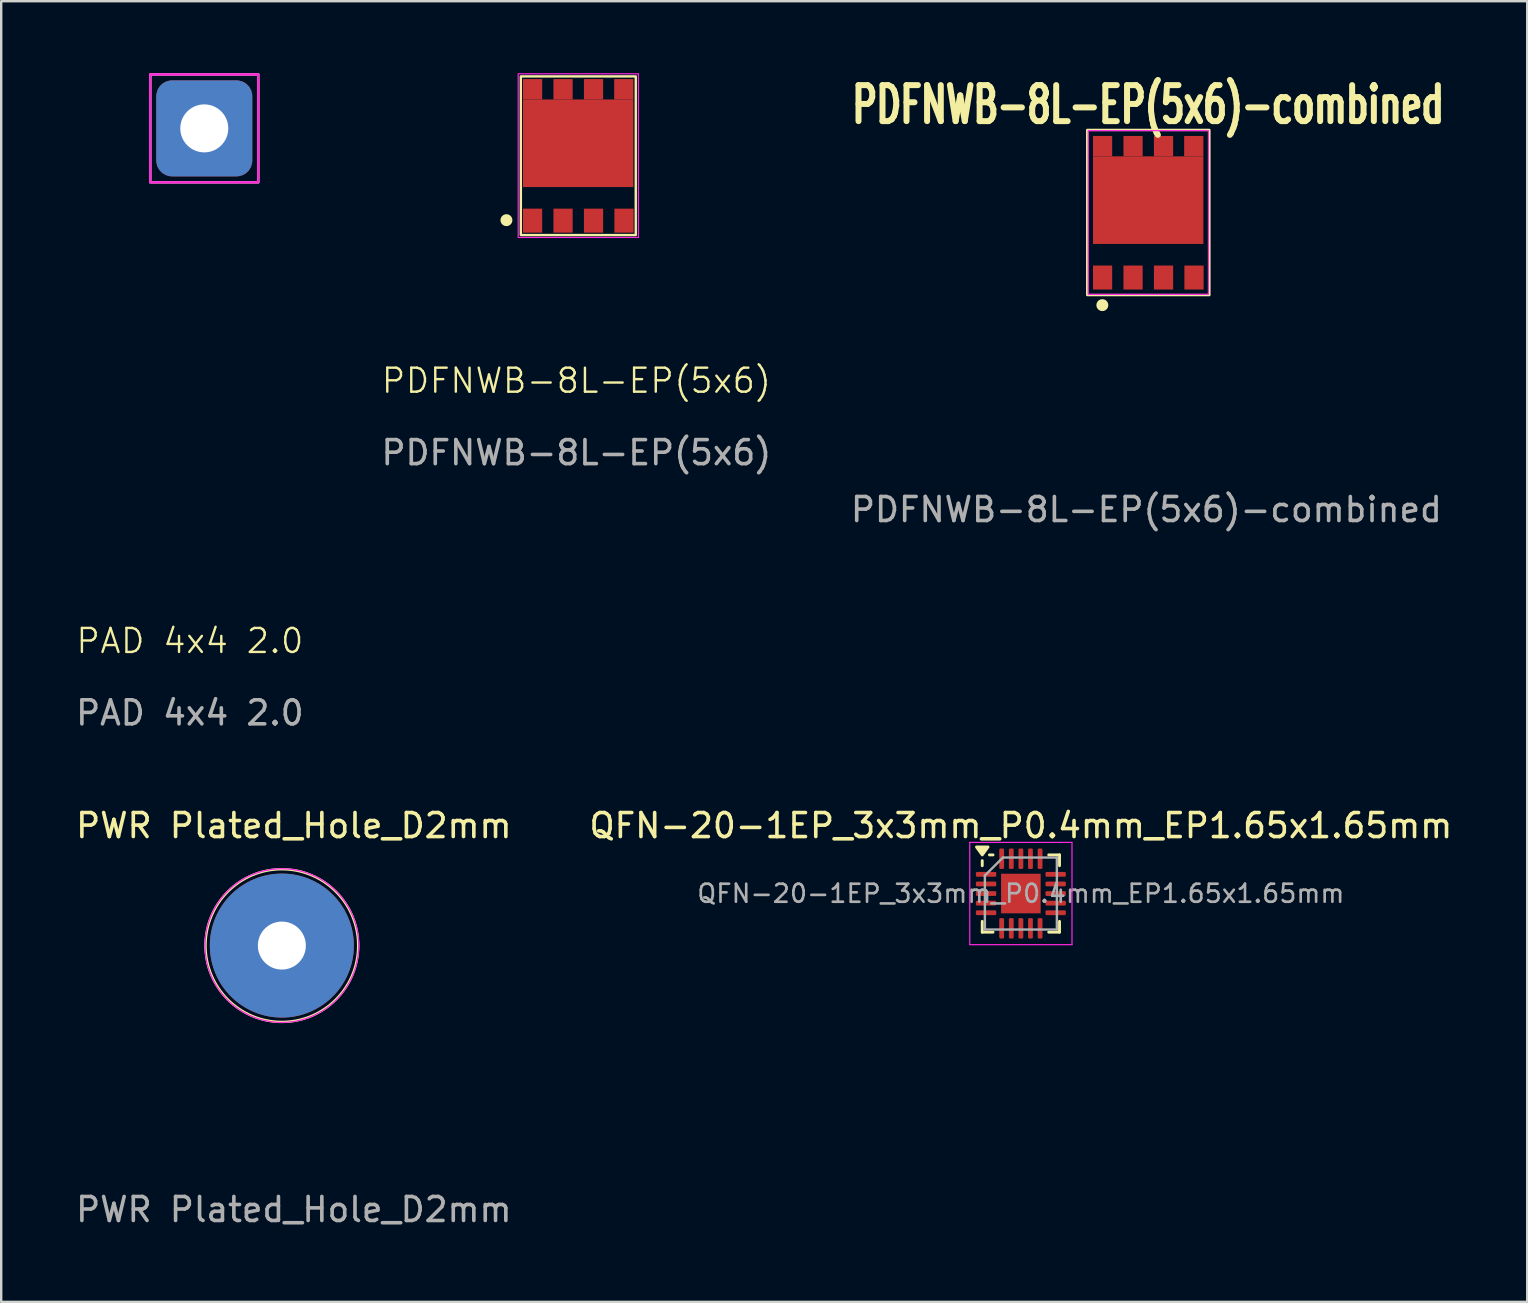
<source format=kicad_pcb>
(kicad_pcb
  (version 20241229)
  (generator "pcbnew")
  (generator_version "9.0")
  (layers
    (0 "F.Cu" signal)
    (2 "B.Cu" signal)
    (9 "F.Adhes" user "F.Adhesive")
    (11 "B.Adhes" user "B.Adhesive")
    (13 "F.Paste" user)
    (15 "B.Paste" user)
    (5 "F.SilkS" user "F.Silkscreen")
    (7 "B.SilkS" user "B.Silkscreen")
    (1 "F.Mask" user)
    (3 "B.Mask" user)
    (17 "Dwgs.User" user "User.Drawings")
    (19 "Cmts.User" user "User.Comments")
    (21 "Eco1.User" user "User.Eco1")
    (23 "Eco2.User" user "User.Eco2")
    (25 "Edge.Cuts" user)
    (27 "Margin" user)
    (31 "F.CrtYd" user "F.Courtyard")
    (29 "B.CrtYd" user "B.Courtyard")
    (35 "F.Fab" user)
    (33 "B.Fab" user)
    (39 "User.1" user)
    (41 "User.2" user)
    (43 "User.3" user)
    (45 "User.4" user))
  (footprint "PDFNWB-8L-EP(5x6)-combined"
    (layer "F.Cu")
    (at 44.799 5.816)
    (property "Reference" "PDFNWB-8L-EP(5x6)-combined" (at 0 -4.5 0) (unlocked yes) (layer "F.SilkS") (effects (font (size 1.5 1) (thickness 0.25) (bold yes))))
    (attr smd)
    (fp_rect (start -2.54 -3.45) (end 2.55 3.43) (stroke (width 0.1) (type default)) (fill no) (layer "F.SilkS"))
    (fp_circle (center -1.91 3.85) (end -1.712 3.85) (stroke (width 0.1) (type solid)) (fill yes) (layer "F.SilkS"))
    (fp_rect (start -2.5 -3.42) (end 2.51 3.4) (stroke (width 0.05) (type default)) (fill no) (layer "F.CrtYd"))
    (fp_text user "${REFERENCE}" (at -0.075 12.37 0) (unlocked yes) (layer "F.Fab") (effects (font (size 1 1) (thickness 0.15))))
    (pad "1" smd rect (at 1.91 2.7) (size 0.8 1) (layers "F.Cu" "F.Mask" "F.Paste"))
    (pad "2" smd rect (at -1.9 -2.775) (size 0.8 0.85) (layers "F.Cu" "F.Mask" "F.Paste"))
    (pad "2" smd rect (at -0.63 -2.775) (size 0.8 0.85) (layers "F.Cu" "F.Mask" "F.Paste"))
    (pad "2" smd rect (at 0 -0.525) (size 4.6 3.65) (layers "F.Cu" "F.Mask" "F.Paste"))
    (pad "2" smd rect (at 0.64 -2.775) (size 0.8 0.85) (layers "F.Cu" "F.Mask" "F.Paste"))
    (pad "2" smd rect (at 1.9 -2.775) (size 0.8 0.85) (layers "F.Cu" "F.Mask" "F.Paste"))
    (pad "3" smd rect (at -1.9 2.7) (size 0.8 1) (layers "F.Cu" "F.Mask" "F.Paste"))
    (pad "3" smd rect (at -0.63 2.7) (size 0.8 1) (layers "F.Cu" "F.Mask" "F.Paste"))
    (pad "3" smd rect (at 0.64 2.7) (size 0.8 1) (layers "F.Cu" "F.Mask" "F.Paste")))
  (footprint "PWR Plated_Hole_D2mm"
    (layer "F.Cu")
    (at 8.696 36.356)
    (property "Reference" "PWR Plated_Hole_D2mm" (at 0.5 -5 0) (layer "F.SilkS") (effects (font (size 1 1) (thickness 0.15))))
    (attr exclude_from_pos_files exclude_from_bom)
    (fp_circle (center 0 0) (end 2.25 2.25) (stroke (width 0.1) (type default)) (fill no) (layer "F.SilkS"))
    (fp_circle (center 0 0) (end 2.5 2) (stroke (width 0.05) (type default)) (fill no) (layer "F.CrtYd"))
    (fp_text user "${REFERENCE}" (at 0.5 11 0) (layer "F.Fab") (effects (font (size 1 1) (thickness 0.15))))
    (pad "1" thru_hole circle (at 0 0) (size 6 6) (drill 2) (layers "*.Cu" "*.Mask")))
  (footprint "QFN-20-1EP_3x3mm_P0.4mm_EP1.65x1.65mm"
    (layer "F.Cu")
    (at 39.494 34.187)
    (property "Reference" "QFN-20-1EP_3x3mm_P0.4mm_EP1.65x1.65mm" (at 0 -2.83 0) (layer "F.SilkS") (effects (font (size 1 1) (thickness 0.15))))
    (attr smd)
    (fp_line (start -1.61 -1.16) (end -1.61 -1.37) (stroke (width 0.12) (type solid)) (layer "F.SilkS"))
    (fp_line (start -1.61 1.61) (end -1.61 1.16) (stroke (width 0.12) (type solid)) (layer "F.SilkS"))
    (fp_line (start -1.16 -1.61) (end -1.31 -1.61) (stroke (width 0.12) (type solid)) (layer "F.SilkS"))
    (fp_line (start -1.16 1.61) (end -1.61 1.61) (stroke (width 0.12) (type solid)) (layer "F.SilkS"))
    (fp_line (start 1.16 -1.61) (end 1.61 -1.61) (stroke (width 0.12) (type solid)) (layer "F.SilkS"))
    (fp_line (start 1.16 1.61) (end 1.61 1.61) (stroke (width 0.12) (type solid)) (layer "F.SilkS"))
    (fp_line (start 1.61 -1.61) (end 1.61 -1.16) (stroke (width 0.12) (type solid)) (layer "F.SilkS"))
    (fp_line (start 1.61 1.61) (end 1.61 1.16) (stroke (width 0.12) (type solid)) (layer "F.SilkS"))
    (fp_poly (pts (xy -1.61 -1.61) (xy -1.85 -1.94) (xy -1.37 -1.94) (xy -1.61 -1.61)) (stroke (width 0.12) (type solid)) (fill yes) (layer "F.SilkS"))
    (fp_line (start -2.13 -2.13) (end -2.13 2.13) (stroke (width 0.05) (type solid)) (layer "F.CrtYd"))
    (fp_line (start -2.13 2.13) (end 2.13 2.13) (stroke (width 0.05) (type solid)) (layer "F.CrtYd"))
    (fp_line (start 2.13 -2.13) (end -2.13 -2.13) (stroke (width 0.05) (type solid)) (layer "F.CrtYd"))
    (fp_line (start 2.13 2.13) (end 2.13 -2.13) (stroke (width 0.05) (type solid)) (layer "F.CrtYd"))
    (fp_line (start -1.5 -0.75) (end -0.75 -1.5) (stroke (width 0.1) (type solid)) (layer "F.Fab"))
    (fp_line (start -1.5 1.5) (end -1.5 -0.75) (stroke (width 0.1) (type solid)) (layer "F.Fab"))
    (fp_line (start -0.75 -1.5) (end 1.5 -1.5) (stroke (width 0.1) (type solid)) (layer "F.Fab"))
    (fp_line (start 1.5 -1.5) (end 1.5 1.5) (stroke (width 0.1) (type solid)) (layer "F.Fab"))
    (fp_line (start 1.5 1.5) (end -1.5 1.5) (stroke (width 0.1) (type solid)) (layer "F.Fab"))
    (fp_text user "${REFERENCE}" (at 0 0 0) (layer "F.Fab") (effects (font (size 0.75 0.75) (thickness 0.11))))
    (pad "" smd roundrect (at -0.41 -0.41) (size 0.67 0.67) (layers "F.Paste") (roundrect_rratio 0.25))
    (pad "" smd roundrect (at -0.41 0.41) (size 0.67 0.67) (layers "F.Paste") (roundrect_rratio 0.25))
    (pad "" smd roundrect (at 0.41 -0.41) (size 0.67 0.67) (layers "F.Paste") (roundrect_rratio 0.25))
    (pad "" smd roundrect (at 0.41 0.41) (size 0.67 0.67) (layers "F.Paste") (roundrect_rratio 0.25))
    (pad "0" smd rect (at 0 0) (size 1.65 1.65) (property pad_prop_heatsink) (layers "F.Cu" "F.Mask"))
    (pad "1" smd roundrect (at -1.45 -0.8) (size 0.85 0.2) (layers "F.Cu" "F.Mask" "F.Paste") (roundrect_rratio 0.25))
    (pad "2" smd roundrect (at -1.45 -0.4) (size 0.85 0.2) (layers "F.Cu" "F.Mask" "F.Paste") (roundrect_rratio 0.25))
    (pad "3" smd roundrect (at -1.45 0) (size 0.85 0.2) (layers "F.Cu" "F.Mask" "F.Paste") (roundrect_rratio 0.25))
    (pad "4" smd roundrect (at -1.45 0.4) (size 0.85 0.2) (layers "F.Cu" "F.Mask" "F.Paste") (roundrect_rratio 0.25))
    (pad "5" smd roundrect (at -1.45 0.8) (size 0.85 0.2) (layers "F.Cu" "F.Mask" "F.Paste") (roundrect_rratio 0.25))
    (pad "6" smd roundrect (at -0.8 1.45) (size 0.2 0.85) (layers "F.Cu" "F.Mask" "F.Paste") (roundrect_rratio 0.25))
    (pad "7" smd roundrect (at -0.4 1.45) (size 0.2 0.85) (layers "F.Cu" "F.Mask" "F.Paste") (roundrect_rratio 0.25))
    (pad "8" smd roundrect (at 0 1.45) (size 0.2 0.85) (layers "F.Cu" "F.Mask" "F.Paste") (roundrect_rratio 0.25))
    (pad "9" smd roundrect (at 0.4 1.45) (size 0.2 0.85) (layers "F.Cu" "F.Mask" "F.Paste") (roundrect_rratio 0.25))
    (pad "10" smd roundrect (at 0.8 1.45) (size 0.2 0.85) (layers "F.Cu" "F.Mask" "F.Paste") (roundrect_rratio 0.25))
    (pad "11" smd roundrect (at 1.45 0.8) (size 0.85 0.2) (layers "F.Cu" "F.Mask" "F.Paste") (roundrect_rratio 0.25))
    (pad "12" smd roundrect (at 1.45 0.4) (size 0.85 0.2) (layers "F.Cu" "F.Mask" "F.Paste") (roundrect_rratio 0.25))
    (pad "13" smd roundrect (at 1.45 0) (size 0.85 0.2) (layers "F.Cu" "F.Mask" "F.Paste") (roundrect_rratio 0.25))
    (pad "14" smd roundrect (at 1.45 -0.4) (size 0.85 0.2) (layers "F.Cu" "F.Mask" "F.Paste") (roundrect_rratio 0.25))
    (pad "15" smd roundrect (at 1.45 -0.8) (size 0.85 0.2) (layers "F.Cu" "F.Mask" "F.Paste") (roundrect_rratio 0.25))
    (pad "16" smd roundrect (at 0.8 -1.45) (size 0.2 0.85) (layers "F.Cu" "F.Mask" "F.Paste") (roundrect_rratio 0.25))
    (pad "17" smd roundrect (at 0.4 -1.45) (size 0.2 0.85) (layers "F.Cu" "F.Mask" "F.Paste") (roundrect_rratio 0.25))
    (pad "18" smd roundrect (at 0 -1.45) (size 0.2 0.85) (layers "F.Cu" "F.Mask" "F.Paste") (roundrect_rratio 0.25))
    (pad "19" smd roundrect (at -0.4 -1.45) (size 0.2 0.85) (layers "F.Cu" "F.Mask" "F.Paste") (roundrect_rratio 0.25))
    (pad "20" smd roundrect (at -0.8 -1.45) (size 0.2 0.85) (layers "F.Cu" "F.Mask" "F.Paste") (roundrect_rratio 0.25)))
  (footprint "PAD 4x4 2.0"
    (layer "F.Cu")
    (at 5.463 2.3)
    (property "Reference" "PAD 4x4 2.0" (at -0.6 21.36 0) (unlocked yes) (layer "F.SilkS") (effects (font (size 1 1) (thickness 0.1))))
    (attr through_hole)
    (fp_rect (start -2.25 -2.25) (end 2.25 2.25) (stroke (width 0.1) (type default)) (fill no) (layer "F.SilkS"))
    (fp_rect (start -2.25 -2.25) (end 2.25 2.25) (stroke (width 0.1) (type default)) (fill no) (layer "F.CrtYd"))
    (fp_text user "${REFERENCE}" (at -0.6 24.36 0) (unlocked yes) (layer "F.Fab") (effects (font (size 1 1) (thickness 0.15))))
    (pad "1" thru_hole roundrect (at 0 0) (size 4 4) (drill 2) (layers "*.Cu" "*.Mask") (roundrect_rratio 0.164)))
  (footprint "PDFNWB-8L-EP(5x6)"
    (layer "F.Cu")
    (at 21.045 3.445)
    (property "Reference" "PDFNWB-8L-EP(5x6)" (at -0.075 9.37 0) (unlocked yes) (layer "F.SilkS") (effects (font (size 1 1) (thickness 0.1))))
    (attr smd)
    (fp_rect (start -2.39 -3.31) (end 2.4 3.3) (stroke (width 0.1) (type default)) (fill no) (layer "F.SilkS"))
    (fp_circle (center -2.99 2.68) (end -2.792 2.68) (stroke (width 0.1) (type solid)) (fill yes) (layer "F.SilkS"))
    (fp_rect (start -2.5 -3.42) (end 2.51 3.4) (stroke (width 0.05) (type default)) (fill no) (layer "F.CrtYd"))
    (fp_text user "${REFERENCE}" (at -0.075 12.37 0) (unlocked yes) (layer "F.Fab") (effects (font (size 1 1) (thickness 0.15))))
    (pad "1" smd rect (at -1.9 2.7) (size 0.8 1) (layers "F.Cu" "F.Mask" "F.Paste"))
    (pad "2" smd rect (at -0.63 2.7) (size 0.8 1) (layers "F.Cu" "F.Mask" "F.Paste"))
    (pad "3" smd rect (at 0.64 2.7) (size 0.8 1) (layers "F.Cu" "F.Mask" "F.Paste"))
    (pad "4" smd rect (at 1.91 2.7) (size 0.8 1) (layers "F.Cu" "F.Mask" "F.Paste"))
    (pad "5" smd rect (at 1.9 -2.775) (size 0.8 0.85) (layers "F.Cu" "F.Mask" "F.Paste"))
    (pad "6" smd rect (at 0.64 -2.775) (size 0.8 0.85) (layers "F.Cu" "F.Mask" "F.Paste"))
    (pad "7" smd rect (at -0.63 -2.775) (size 0.8 0.85) (layers "F.Cu" "F.Mask" "F.Paste"))
    (pad "8" smd rect (at -1.9 -2.775) (size 0.8 0.85) (layers "F.Cu" "F.Mask" "F.Paste"))
    (pad "9" smd rect (at 0 -0.525) (size 4.6 3.65) (layers "F.Cu" "F.Mask" "F.Paste")))
  (gr_rect
    (start -3 -3)
    (end 60.595 51.205)
    (stroke (width 0.1) (type default))
    (fill no)
    (layer "Edge.Cuts")))
</source>
